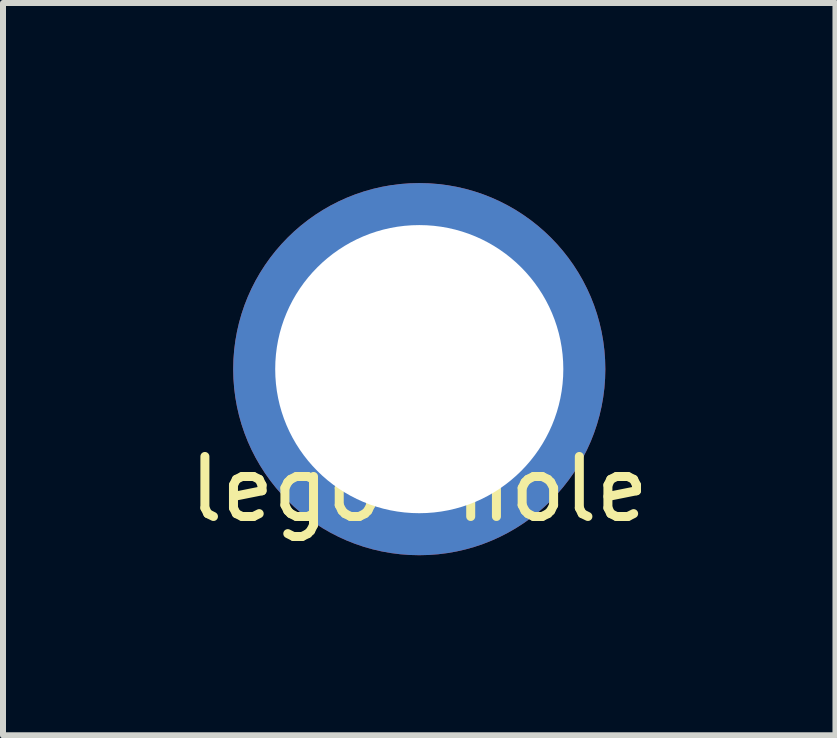
<source format=kicad_pcb>
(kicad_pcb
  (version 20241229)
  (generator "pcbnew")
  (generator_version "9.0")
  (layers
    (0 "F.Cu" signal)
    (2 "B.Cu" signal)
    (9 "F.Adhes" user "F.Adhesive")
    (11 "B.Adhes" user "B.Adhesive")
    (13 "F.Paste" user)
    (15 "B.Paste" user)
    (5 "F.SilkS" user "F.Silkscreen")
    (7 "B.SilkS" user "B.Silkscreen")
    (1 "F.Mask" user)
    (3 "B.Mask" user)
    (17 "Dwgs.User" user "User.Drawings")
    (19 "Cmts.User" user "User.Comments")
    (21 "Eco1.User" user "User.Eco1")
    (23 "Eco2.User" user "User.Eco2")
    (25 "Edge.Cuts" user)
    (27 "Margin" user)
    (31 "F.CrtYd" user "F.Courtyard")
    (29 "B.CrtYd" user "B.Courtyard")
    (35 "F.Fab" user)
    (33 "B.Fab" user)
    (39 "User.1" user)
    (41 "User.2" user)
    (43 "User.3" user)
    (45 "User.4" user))
  (footprint "lego-hole"
    (layer "F.Cu")
    (at 3.935 3.1)
    (property "Reference" "lego-hole" (at 0 2 0) (layer "F.SilkS") (effects (font (size 1 1) (thickness 0.15))))
    (attr through_hole)
    (pad "1" thru_hole circle (at 0 0) (size 6.2 6.2) (drill 4.8) (layers "*.Cu" "*.Mask")))
  (gr_rect
    (start -3 -3)
    (end 10.869 9.2)
    (stroke (width 0.1) (type default))
    (fill no)
    (layer "Edge.Cuts")))
</source>
